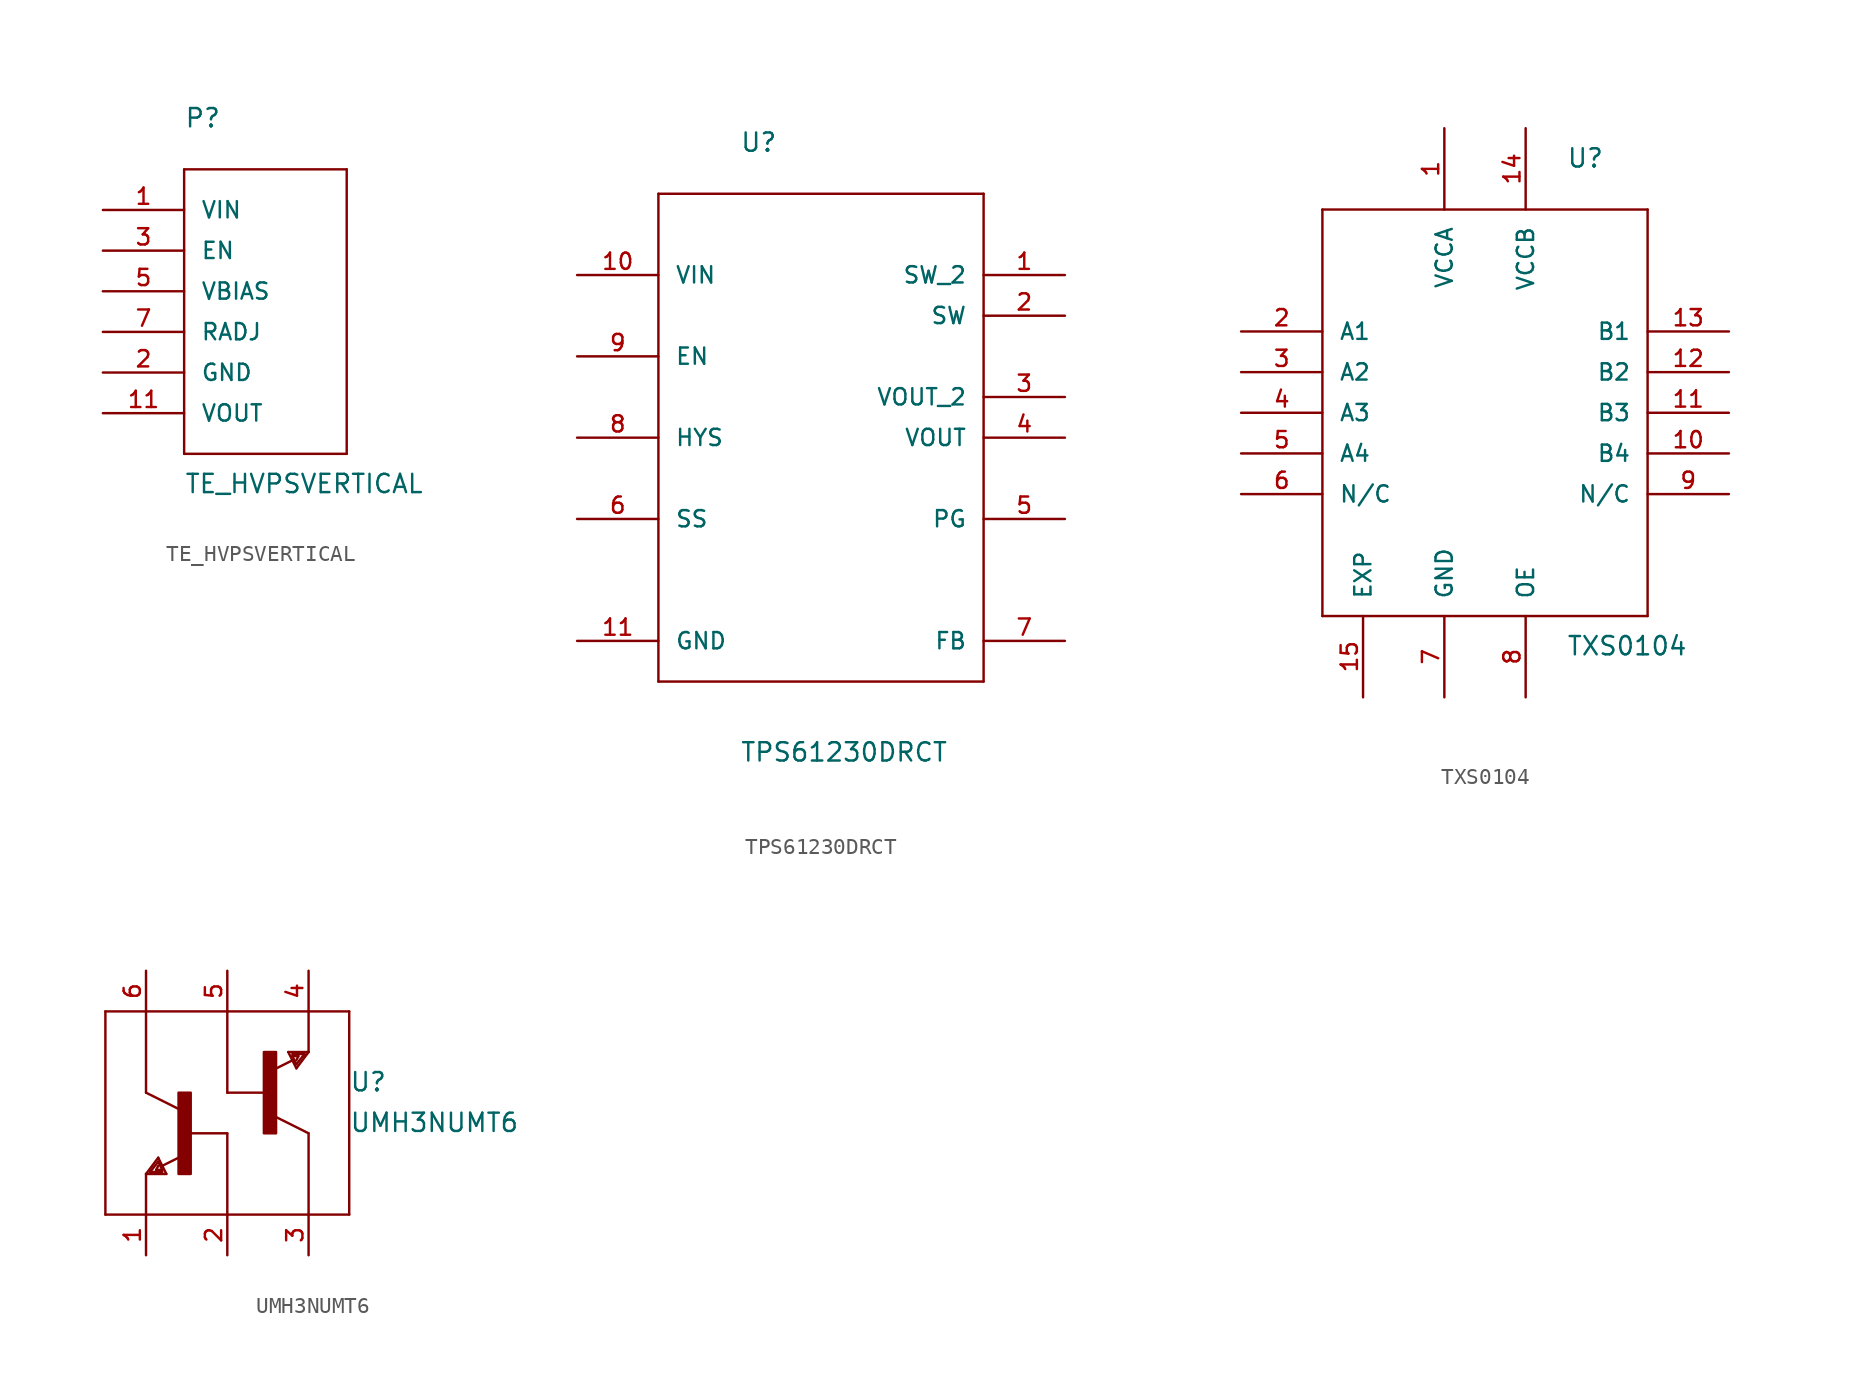
<source format=kicad_sym>
(kicad_symbol_lib
  (version 20211014)
  (generator kicad_symbol_editor)
  (symbol "TE_HVPSVERTICAL"
    (pin_names
      (offset 1.016))
    (property "Reference" "P"
      (at -5.08 17.78 0)
      (effects (font (size 1.143 1.143)) (justify left bottom)))
    (property "Value" "TE_HVPSVERTICAL"
      (at -5.08 -5.08 0)
      (effects (font (size 1.143 1.143)) (justify left bottom)))
    (property "ki_locked" ""
      (at 0 0 0)
      (effects (font (size 1.27 1.27))))
    (symbol "TE_HVPSVERTICAL_1_0"
      (polyline (pts (xy -5.08 -2.54) (xy 5.08 -2.54)) (stroke (width 0) (type default) (color 0 0 0 0)) (fill (type none)))
      (polyline (pts (xy -5.08 15.24) (xy -5.08 -2.54)) (stroke (width 0) (type default) (color 0 0 0 0)) (fill (type none)))
      (polyline (pts (xy 5.08 -2.54) (xy 5.08 15.24)) (stroke (width 0) (type default) (color 0 0 0 0)) (fill (type none)))
      (polyline (pts (xy 5.08 15.24) (xy -5.08 15.24)) (stroke (width 0) (type default) (color 0 0 0 0)) (fill (type none))))
    (symbol "TE_HVPSVERTICAL_1_1"
      (pin power_in line (at -10.16 12.7 0) (length 5.08) (name "VIN" (effects (font (size 1.016 1.016)))) (number "1" (effects (font (size 1.016 1.016)))))
      (pin power_in line (at -10.16 2.54 0) (length 5.08) hide (name "GND" (effects (font (size 1.016 1.016)))) (number "10" (effects (font (size 1.016 1.016)))))
      (pin power_in line (at -10.16 0 0) (length 5.08) (name "VOUT" (effects (font (size 1.016 1.016)))) (number "11" (effects (font (size 1.016 1.016)))))
      (pin power_in line (at -10.16 2.54 0) (length 5.08) hide (name "GND" (effects (font (size 1.016 1.016)))) (number "12" (effects (font (size 1.016 1.016)))))
      (pin power_in line (at -10.16 2.54 0) (length 5.08) (name "GND" (effects (font (size 1.016 1.016)))) (number "2" (effects (font (size 1.016 1.016)))))
      (pin passive line (at -10.16 10.16 0) (length 5.08) (name "EN" (effects (font (size 1.016 1.016)))) (number "3" (effects (font (size 1.016 1.016)))))
      (pin power_in line (at -10.16 2.54 0) (length 5.08) hide (name "GND" (effects (font (size 1.016 1.016)))) (number "4" (effects (font (size 1.016 1.016)))))
      (pin power_in line (at -10.16 7.62 0) (length 5.08) (name "VBIAS" (effects (font (size 1.016 1.016)))) (number "5" (effects (font (size 1.016 1.016)))))
      (pin power_in line (at -10.16 2.54 0) (length 5.08) hide (name "GND" (effects (font (size 1.016 1.016)))) (number "6" (effects (font (size 1.016 1.016)))))
      (pin passive line (at -10.16 5.08 0) (length 5.08) (name "RADJ" (effects (font (size 1.016 1.016)))) (number "7" (effects (font (size 1.016 1.016)))))
      (pin power_in line (at -10.16 2.54 0) (length 5.08) hide (name "GND" (effects (font (size 1.016 1.016)))) (number "8" (effects (font (size 1.016 1.016)))))
      (pin power_in line (at -10.16 2.54 0) (length 5.08) hide (name "GND" (effects (font (size 1.016 1.016)))) (number "9" (effects (font (size 1.016 1.016)))))))
  (symbol "TPS61230DRCT"
    (pin_names
      (offset 1.016))
    (property "Reference" "U"
      (at -5.08 17.78 0)
      (effects (font (size 1.143 1.143)) (justify left bottom)))
    (property "Value" "TPS61230DRCT"
      (at -5.08 -20.32 0)
      (effects (font (size 1.143 1.143)) (justify left bottom)))
    (property "ki_locked" ""
      (at 0 0 0)
      (effects (font (size 1.27 1.27))))
    (symbol "TPS61230DRCT_1_0"
      (polyline (pts (xy -10.16 -15.24) (xy 10.16 -15.24)) (stroke (width 0) (type default) (color 0 0 0 0)) (fill (type none)))
      (polyline (pts (xy -10.16 15.24) (xy -10.16 -15.24)) (stroke (width 0) (type default) (color 0 0 0 0)) (fill (type none)))
      (polyline (pts (xy 10.16 -15.24) (xy 10.16 15.24)) (stroke (width 0) (type default) (color 0 0 0 0)) (fill (type none)))
      (polyline (pts (xy 10.16 15.24) (xy -10.16 15.24)) (stroke (width 0) (type default) (color 0 0 0 0)) (fill (type none))))
    (symbol "TPS61230DRCT_1_1"
      (pin power_in line (at 15.24 10.16 180) (length 5.08) (name "SW_2" (effects (font (size 1.016 1.016)))) (number "1" (effects (font (size 1.016 1.016)))))
      (pin power_in line (at -15.24 10.16 0) (length 5.08) (name "VIN" (effects (font (size 1.016 1.016)))) (number "10" (effects (font (size 1.016 1.016)))))
      (pin power_in line (at -15.24 -12.7 0) (length 5.08) (name "GND" (effects (font (size 1.016 1.016)))) (number "11" (effects (font (size 1.016 1.016)))))
      (pin power_in line (at 15.24 7.62 180) (length 5.08) (name "SW" (effects (font (size 1.016 1.016)))) (number "2" (effects (font (size 1.016 1.016)))))
      (pin power_in line (at 15.24 2.54 180) (length 5.08) (name "VOUT_2" (effects (font (size 1.016 1.016)))) (number "3" (effects (font (size 1.016 1.016)))))
      (pin power_in line (at 15.24 0 180) (length 5.08) (name "VOUT" (effects (font (size 1.016 1.016)))) (number "4" (effects (font (size 1.016 1.016)))))
      (pin output line (at 15.24 -5.08 180) (length 5.08) (name "PG" (effects (font (size 1.016 1.016)))) (number "5" (effects (font (size 1.016 1.016)))))
      (pin input line (at -15.24 -5.08 0) (length 5.08) (name "SS" (effects (font (size 1.016 1.016)))) (number "6" (effects (font (size 1.016 1.016)))))
      (pin input line (at 15.24 -12.7 180) (length 5.08) (name "FB" (effects (font (size 1.016 1.016)))) (number "7" (effects (font (size 1.016 1.016)))))
      (pin output line (at -15.24 0 0) (length 5.08) (name "HYS" (effects (font (size 1.016 1.016)))) (number "8" (effects (font (size 1.016 1.016)))))
      (pin input line (at -15.24 5.08 0) (length 5.08) (name "EN" (effects (font (size 1.016 1.016)))) (number "9" (effects (font (size 1.016 1.016)))))))
  (symbol "TXS0104"
    (pin_names
      (offset 1.016))
    (property "Reference" "U"
      (at 5.08 15.24 0)
      (effects (font (size 1.143 1.143)) (justify left bottom)))
    (property "Value" "TXS0104"
      (at 5.08 -15.24 0)
      (effects (font (size 1.143 1.143)) (justify left bottom)))
    (property "ki_locked" ""
      (at 0 0 0)
      (effects (font (size 1.27 1.27))))
    (symbol "TXS0104_1_0"
      (polyline (pts (xy -10.16 -12.7) (xy 10.16 -12.7)) (stroke (width 0) (type default) (color 0 0 0 0)) (fill (type none)))
      (polyline (pts (xy -10.16 12.7) (xy -10.16 -12.7)) (stroke (width 0) (type default) (color 0 0 0 0)) (fill (type none)))
      (polyline (pts (xy 10.16 -12.7) (xy 10.16 12.7)) (stroke (width 0) (type default) (color 0 0 0 0)) (fill (type none)))
      (polyline (pts (xy 10.16 12.7) (xy -10.16 12.7)) (stroke (width 0) (type default) (color 0 0 0 0)) (fill (type none))))
    (symbol "TXS0104_1_1"
      (pin power_in line (at -2.54 17.78 270) (length 5.08) (name "VCCA" (effects (font (size 1.016 1.016)))) (number "1" (effects (font (size 1.016 1.016)))))
      (pin passive line (at 15.24 -2.54 180) (length 5.08) (name "B4" (effects (font (size 1.016 1.016)))) (number "10" (effects (font (size 1.016 1.016)))))
      (pin passive line (at 15.24 0 180) (length 5.08) (name "B3" (effects (font (size 1.016 1.016)))) (number "11" (effects (font (size 1.016 1.016)))))
      (pin passive line (at 15.24 2.54 180) (length 5.08) (name "B2" (effects (font (size 1.016 1.016)))) (number "12" (effects (font (size 1.016 1.016)))))
      (pin passive line (at 15.24 5.08 180) (length 5.08) (name "B1" (effects (font (size 1.016 1.016)))) (number "13" (effects (font (size 1.016 1.016)))))
      (pin power_in line (at 2.54 17.78 270) (length 5.08) (name "VCCB" (effects (font (size 1.016 1.016)))) (number "14" (effects (font (size 1.016 1.016)))))
      (pin power_in line (at -7.62 -17.78 90) (length 5.08) (name "EXP" (effects (font (size 1.016 1.016)))) (number "15" (effects (font (size 1.016 1.016)))))
      (pin passive line (at -15.24 5.08 0) (length 5.08) (name "A1" (effects (font (size 1.016 1.016)))) (number "2" (effects (font (size 1.016 1.016)))))
      (pin passive line (at -15.24 2.54 0) (length 5.08) (name "A2" (effects (font (size 1.016 1.016)))) (number "3" (effects (font (size 1.016 1.016)))))
      (pin passive line (at -15.24 0 0) (length 5.08) (name "A3" (effects (font (size 1.016 1.016)))) (number "4" (effects (font (size 1.016 1.016)))))
      (pin passive line (at -15.24 -2.54 0) (length 5.08) (name "A4" (effects (font (size 1.016 1.016)))) (number "5" (effects (font (size 1.016 1.016)))))
      (pin unspecified line (at -15.24 -5.08 0) (length 5.08) (name "N/C" (effects (font (size 1.016 1.016)))) (number "6" (effects (font (size 1.016 1.016)))))
      (pin power_in line (at -2.54 -17.78 90) (length 5.08) (name "GND" (effects (font (size 1.016 1.016)))) (number "7" (effects (font (size 1.016 1.016)))))
      (pin passive line (at 2.54 -17.78 90) (length 5.08) (name "OE" (effects (font (size 1.016 1.016)))) (number "8" (effects (font (size 1.016 1.016)))))
      (pin unspecified line (at 15.24 -5.08 180) (length 5.08) (name "N/C" (effects (font (size 1.016 1.016)))) (number "9" (effects (font (size 1.016 1.016)))))))
  (symbol "UMH3NUMT6"
    (pin_names
      (offset 1.016) hide)
    (property "Reference" "U"
      (at 2.54 0 0)
      (effects (font (size 1.143 1.143)) (justify left bottom)))
    (property "Value" "UMH3NUMT6"
      (at 2.54 -2.54 0)
      (effects (font (size 1.143 1.143)) (justify left bottom)))
    (property "ki_locked" ""
      (at 0 0 0)
      (effects (font (size 1.27 1.27))))
    (symbol "UMH3NUMT6_1_0"
      (polyline (pts (xy -12.7 5.08) (xy -12.7 -7.62)) (stroke (width 0) (type default) (color 0 0 0 0)) (fill (type none)))
      (polyline (pts (xy -12.7 5.08) (xy -10.16 5.08)) (stroke (width 0) (type default) (color 0 0 0 0)) (fill (type none)))
      (polyline (pts (xy -10.16 -7.62) (xy -12.7 -7.62)) (stroke (width 0) (type default) (color 0 0 0 0)) (fill (type none)))
      (polyline (pts (xy -10.16 -5.08) (xy -10.16 -7.62)) (stroke (width 0) (type default) (color 0 0 0 0)) (fill (type none)))
      (polyline (pts (xy -10.16 -5.08) (xy -8.89 -5.08)) (stroke (width 0) (type default) (color 0 0 0 0)) (fill (type none)))
      (polyline (pts (xy -10.16 0) (xy -10.16 5.08)) (stroke (width 0) (type default) (color 0 0 0 0)) (fill (type none)))
      (polyline (pts (xy -10.16 0) (xy -8.128 -1.016)) (stroke (width 0) (type default) (color 0 0 0 0)) (fill (type none)))
      (polyline (pts (xy -10.16 5.08) (xy -5.08 5.08)) (stroke (width 0) (type default) (color 0 0 0 0)) (fill (type none)))
      (polyline (pts (xy -9.906 -4.953) (xy -9.398 -4.318)) (stroke (width 0) (type default) (color 0 0 0 0)) (fill (type none)))
      (polyline (pts (xy -9.525 -4.826) (xy -9.398 -4.572)) (stroke (width 0) (type default) (color 0 0 0 0)) (fill (type none)))
      (polyline (pts (xy -9.398 -4.318) (xy -9.144 -4.826)) (stroke (width 0) (type default) (color 0 0 0 0)) (fill (type none)))
      (polyline (pts (xy -9.398 -4.064) (xy -10.16 -5.08)) (stroke (width 0) (type default) (color 0 0 0 0)) (fill (type none)))
      (polyline (pts (xy -9.144 -4.953) (xy -9.906 -4.953)) (stroke (width 0) (type default) (color 0 0 0 0)) (fill (type none)))
      (polyline (pts (xy -9.144 -4.826) (xy -9.525 -4.826)) (stroke (width 0) (type default) (color 0 0 0 0)) (fill (type none)))
      (polyline (pts (xy -9.144 -4.572) (xy -7.925 -3.962)) (stroke (width 0) (type default) (color 0 0 0 0)) (fill (type none)))
      (polyline (pts (xy -8.89 -5.08) (xy -9.398 -4.064)) (stroke (width 0) (type default) (color 0 0 0 0)) (fill (type none)))
      (polyline (pts (xy -7.62 -2.54) (xy -5.08 -2.54)) (stroke (width 0) (type default) (color 0 0 0 0)) (fill (type none)))
      (polyline (pts (xy -5.08 -7.62) (xy -10.16 -7.62)) (stroke (width 0) (type default) (color 0 0 0 0)) (fill (type none)))
      (polyline (pts (xy -5.08 -2.54) (xy -5.08 -7.62)) (stroke (width 0) (type default) (color 0 0 0 0)) (fill (type none)))
      (polyline (pts (xy -5.08 0) (xy -5.08 5.08)) (stroke (width 0) (type default) (color 0 0 0 0)) (fill (type none)))
      (polyline (pts (xy -5.08 5.08) (xy 0 5.08)) (stroke (width 0) (type default) (color 0 0 0 0)) (fill (type none)))
      (polyline (pts (xy -2.54 0) (xy -5.08 0)) (stroke (width 0) (type default) (color 0 0 0 0)) (fill (type none)))
      (polyline (pts (xy -1.27 2.54) (xy -0.762 1.524)) (stroke (width 0) (type default) (color 0 0 0 0)) (fill (type none)))
      (polyline (pts (xy -1.016 2.286) (xy -0.635 2.286)) (stroke (width 0) (type default) (color 0 0 0 0)) (fill (type none)))
      (polyline (pts (xy -1.016 2.413) (xy -0.254 2.413)) (stroke (width 0) (type default) (color 0 0 0 0)) (fill (type none)))
      (polyline (pts (xy -0.991 2.032) (xy -2.21 1.422)) (stroke (width 0) (type default) (color 0 0 0 0)) (fill (type none)))
      (polyline (pts (xy -0.762 1.524) (xy 0 2.54)) (stroke (width 0) (type default) (color 0 0 0 0)) (fill (type none)))
      (polyline (pts (xy -0.762 1.778) (xy -1.016 2.286)) (stroke (width 0) (type default) (color 0 0 0 0)) (fill (type none)))
      (polyline (pts (xy -0.635 2.286) (xy -0.762 2.032)) (stroke (width 0) (type default) (color 0 0 0 0)) (fill (type none)))
      (polyline (pts (xy -0.254 2.413) (xy -0.762 1.778)) (stroke (width 0) (type default) (color 0 0 0 0)) (fill (type none)))
      (polyline (pts (xy 0 -7.62) (xy -5.08 -7.62)) (stroke (width 0) (type default) (color 0 0 0 0)) (fill (type none)))
      (polyline (pts (xy 0 -2.54) (xy -2.032 -1.524)) (stroke (width 0) (type default) (color 0 0 0 0)) (fill (type none)))
      (polyline (pts (xy 0 -2.54) (xy 0 -7.62)) (stroke (width 0) (type default) (color 0 0 0 0)) (fill (type none)))
      (polyline (pts (xy 0 2.54) (xy -1.27 2.54)) (stroke (width 0) (type default) (color 0 0 0 0)) (fill (type none)))
      (polyline (pts (xy 0 5.08) (xy 0 2.54)) (stroke (width 0) (type default) (color 0 0 0 0)) (fill (type none)))
      (polyline (pts (xy 0 5.08) (xy 2.54 5.08)) (stroke (width 0) (type default) (color 0 0 0 0)) (fill (type none)))
      (polyline (pts (xy 2.54 -7.62) (xy 0 -7.62)) (stroke (width 0) (type default) (color 0 0 0 0)) (fill (type none)))
      (polyline (pts (xy 2.54 5.08) (xy 2.54 -7.62)) (stroke (width 0) (type default) (color 0 0 0 0)) (fill (type none))))
    (symbol "UMH3NUMT6_1_1"
      (rectangle (start -8.128 -5.08) (end -7.366 0) (stroke (width 0) (type default) (color 0 0 0 0)) (fill (type outline)))
      (rectangle (start -2.794 -2.54) (end -2.032 2.54) (stroke (width 0) (type default) (color 0 0 0 0)) (fill (type outline)))
      (pin output line (at -10.16 -10.16 90) (length 2.54) (name "E1" (effects (font (size 1.016 1.016)))) (number "1" (effects (font (size 1.016 1.016)))))
      (pin input line (at -5.08 -10.16 90) (length 2.54) (name "B1" (effects (font (size 1.016 1.016)))) (number "2" (effects (font (size 1.016 1.016)))))
      (pin input line (at 0 -10.16 90) (length 2.54) (name "C2" (effects (font (size 1.016 1.016)))) (number "3" (effects (font (size 1.016 1.016)))))
      (pin output line (at 0 7.62 270) (length 2.54) (name "E2" (effects (font (size 1.016 1.016)))) (number "4" (effects (font (size 1.016 1.016)))))
      (pin input line (at -5.08 7.62 270) (length 2.54) (name "B2" (effects (font (size 1.016 1.016)))) (number "5" (effects (font (size 1.016 1.016)))))
      (pin input line (at -10.16 7.62 270) (length 2.54) (name "C1" (effects (font (size 1.016 1.016)))) (number "6" (effects (font (size 1.016 1.016))))))))
</source>
